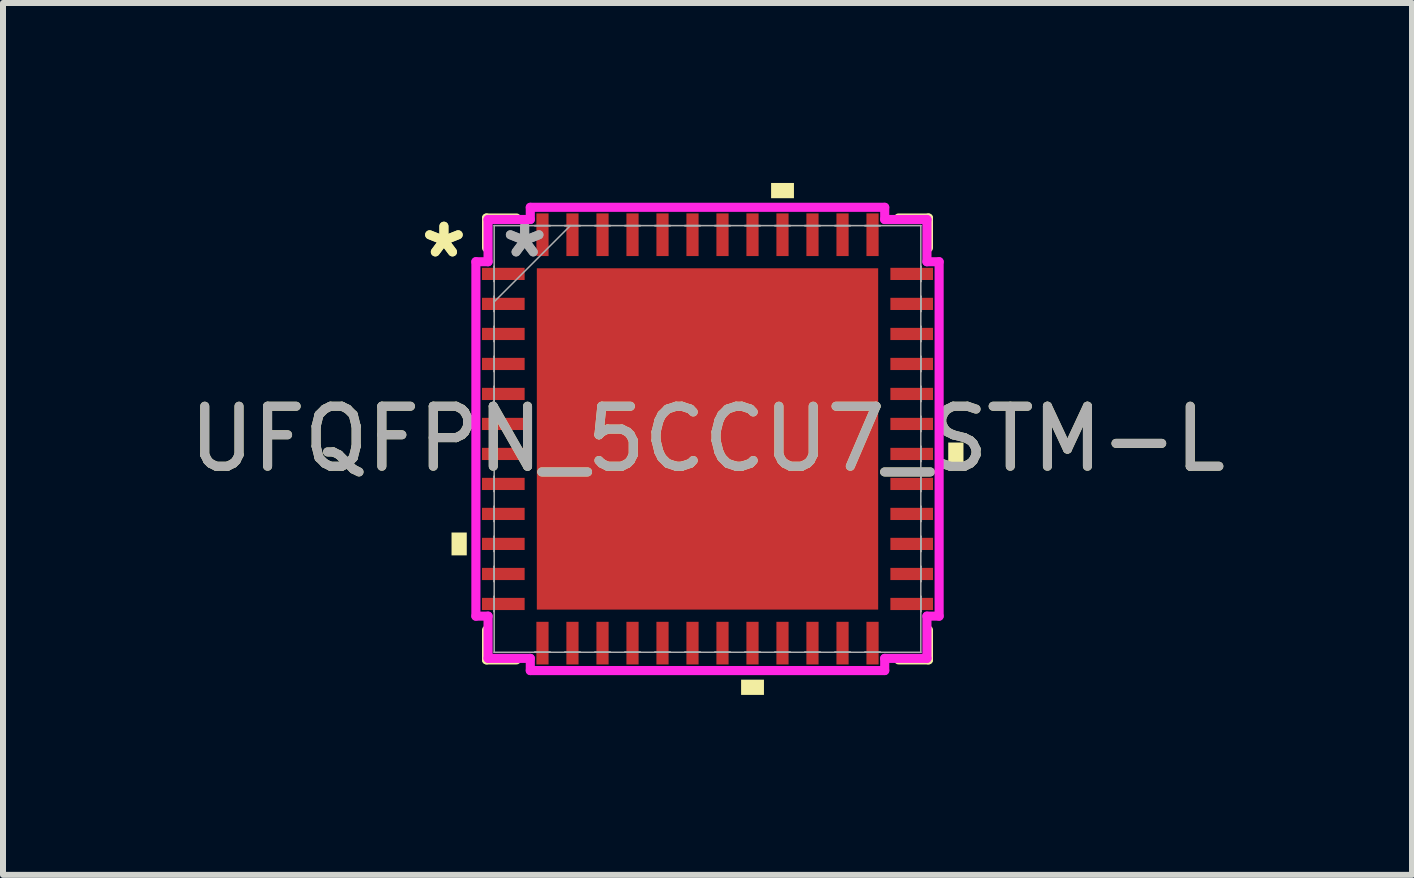
<source format=kicad_pcb>
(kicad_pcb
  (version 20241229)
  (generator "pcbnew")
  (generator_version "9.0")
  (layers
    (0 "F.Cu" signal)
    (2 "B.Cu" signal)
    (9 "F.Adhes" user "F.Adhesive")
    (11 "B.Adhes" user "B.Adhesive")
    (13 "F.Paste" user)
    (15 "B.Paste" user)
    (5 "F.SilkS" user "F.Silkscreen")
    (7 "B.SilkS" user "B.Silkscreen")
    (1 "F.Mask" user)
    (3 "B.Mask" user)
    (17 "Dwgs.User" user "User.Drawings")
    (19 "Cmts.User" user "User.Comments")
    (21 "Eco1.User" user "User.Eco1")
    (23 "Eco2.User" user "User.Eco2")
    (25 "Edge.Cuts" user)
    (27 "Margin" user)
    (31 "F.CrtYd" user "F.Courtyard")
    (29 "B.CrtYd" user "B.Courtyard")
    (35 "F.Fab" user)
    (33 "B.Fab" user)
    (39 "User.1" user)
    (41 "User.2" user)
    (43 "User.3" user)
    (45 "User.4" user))
  (footprint "UFQFPN_5CCU7_STM-L"
    (layer "F.Cu")
    (at 8.744 4.267)
    (property "Reference" "UFQFPN_5CCU7_STM-L" (at 0 0 0) (unlocked yes) (layer "F.SilkS") (effects (font (size 1 1) (thickness 0.15))))
    (attr smd)
    (fp_line (start -3.683 -3.683) (end -3.683 -3.185) (stroke (width 0.152) (type solid)) (layer "F.SilkS"))
    (fp_line (start -3.683 3.185) (end -3.683 3.683) (stroke (width 0.152) (type solid)) (layer "F.SilkS"))
    (fp_line (start -3.683 3.683) (end -3.185 3.683) (stroke (width 0.152) (type solid)) (layer "F.SilkS"))
    (fp_line (start -3.185 -3.683) (end -3.683 -3.683) (stroke (width 0.152) (type solid)) (layer "F.SilkS"))
    (fp_line (start 3.185 3.683) (end 3.683 3.683) (stroke (width 0.152) (type solid)) (layer "F.SilkS"))
    (fp_line (start 3.683 -3.683) (end 3.185 -3.683) (stroke (width 0.152) (type solid)) (layer "F.SilkS"))
    (fp_line (start 3.683 -3.185) (end 3.683 -3.683) (stroke (width 0.152) (type solid)) (layer "F.SilkS"))
    (fp_line (start 3.683 3.683) (end 3.683 3.185) (stroke (width 0.152) (type solid)) (layer "F.SilkS"))
    (fp_poly (pts (xy -4.267 1.56) (xy -4.267 1.941) (xy -4.013 1.941) (xy -4.013 1.56)) (stroke (width 0) (type solid)) (fill yes) (layer "F.SilkS"))
    (fp_poly (pts (xy 0.56 4.013) (xy 0.56 4.267) (xy 0.941 4.267) (xy 0.941 4.013)) (stroke (width 0) (type solid)) (fill yes) (layer "F.SilkS"))
    (fp_poly (pts (xy 1.06 -4.013) (xy 1.06 -4.267) (xy 1.441 -4.267) (xy 1.441 -4.013)) (stroke (width 0) (type solid)) (fill yes) (layer "F.SilkS"))
    (fp_poly (pts (xy 4.267 0.06) (xy 4.267 0.441) (xy 4.013 0.441) (xy 4.013 0.06)) (stroke (width 0) (type solid)) (fill yes) (layer "F.SilkS"))
    (fp_poly (pts (xy -2.745 -2.745) (xy -2.745 -1.522) (xy -1.522 -1.522) (xy -1.522 -2.745)) (stroke (width 0) (type solid)) (fill yes) (layer "F.Paste"))
    (fp_poly (pts (xy -2.745 -1.322) (xy -2.745 -0.1) (xy -1.522 -0.1) (xy -1.522 -1.322)) (stroke (width 0) (type solid)) (fill yes) (layer "F.Paste"))
    (fp_poly (pts (xy -2.745 0.1) (xy -2.745 1.322) (xy -1.522 1.322) (xy -1.522 0.1)) (stroke (width 0) (type solid)) (fill yes) (layer "F.Paste"))
    (fp_poly (pts (xy -2.745 1.522) (xy -2.745 2.745) (xy -1.522 2.745) (xy -1.522 1.522)) (stroke (width 0) (type solid)) (fill yes) (layer "F.Paste"))
    (fp_poly (pts (xy -1.322 -2.745) (xy -1.322 -1.522) (xy -0.1 -1.522) (xy -0.1 -2.745)) (stroke (width 0) (type solid)) (fill yes) (layer "F.Paste"))
    (fp_poly (pts (xy -1.322 -1.322) (xy -1.322 -0.1) (xy -0.1 -0.1) (xy -0.1 -1.322)) (stroke (width 0) (type solid)) (fill yes) (layer "F.Paste"))
    (fp_poly (pts (xy -1.322 0.1) (xy -1.322 1.322) (xy -0.1 1.322) (xy -0.1 0.1)) (stroke (width 0) (type solid)) (fill yes) (layer "F.Paste"))
    (fp_poly (pts (xy -1.322 1.522) (xy -1.322 2.745) (xy -0.1 2.745) (xy -0.1 1.522)) (stroke (width 0) (type solid)) (fill yes) (layer "F.Paste"))
    (fp_poly (pts (xy 0.1 -2.745) (xy 0.1 -1.522) (xy 1.322 -1.522) (xy 1.322 -2.745)) (stroke (width 0) (type solid)) (fill yes) (layer "F.Paste"))
    (fp_poly (pts (xy 0.1 -1.322) (xy 0.1 -0.1) (xy 1.322 -0.1) (xy 1.322 -1.322)) (stroke (width 0) (type solid)) (fill yes) (layer "F.Paste"))
    (fp_poly (pts (xy 0.1 0.1) (xy 0.1 1.322) (xy 1.322 1.322) (xy 1.322 0.1)) (stroke (width 0) (type solid)) (fill yes) (layer "F.Paste"))
    (fp_poly (pts (xy 0.1 1.522) (xy 0.1 2.745) (xy 1.322 2.745) (xy 1.322 1.522)) (stroke (width 0) (type solid)) (fill yes) (layer "F.Paste"))
    (fp_poly (pts (xy 1.522 -2.745) (xy 1.522 -1.522) (xy 2.745 -1.522) (xy 2.745 -2.745)) (stroke (width 0) (type solid)) (fill yes) (layer "F.Paste"))
    (fp_poly (pts (xy 1.522 -1.322) (xy 1.522 -0.1) (xy 2.745 -0.1) (xy 2.745 -1.322)) (stroke (width 0) (type solid)) (fill yes) (layer "F.Paste"))
    (fp_poly (pts (xy 1.522 0.1) (xy 1.522 1.322) (xy 2.745 1.322) (xy 2.745 0.1)) (stroke (width 0) (type solid)) (fill yes) (layer "F.Paste"))
    (fp_poly (pts (xy 1.522 1.522) (xy 1.522 2.745) (xy 2.745 2.745) (xy 2.745 1.522)) (stroke (width 0) (type solid)) (fill yes) (layer "F.Paste"))
    (fp_line (start -3.861 -2.954) (end -3.658 -2.954) (stroke (width 0.152) (type solid)) (layer "F.CrtYd"))
    (fp_line (start -3.861 2.954) (end -3.861 -2.954) (stroke (width 0.152) (type solid)) (layer "F.CrtYd"))
    (fp_line (start -3.658 -3.658) (end -2.954 -3.658) (stroke (width 0.152) (type solid)) (layer "F.CrtYd"))
    (fp_line (start -3.658 -2.954) (end -3.658 -3.658) (stroke (width 0.152) (type solid)) (layer "F.CrtYd"))
    (fp_line (start -3.658 2.954) (end -3.861 2.954) (stroke (width 0.152) (type solid)) (layer "F.CrtYd"))
    (fp_line (start -3.658 3.658) (end -3.658 2.954) (stroke (width 0.152) (type solid)) (layer "F.CrtYd"))
    (fp_line (start -2.954 -3.861) (end 2.954 -3.861) (stroke (width 0.152) (type solid)) (layer "F.CrtYd"))
    (fp_line (start -2.954 -3.658) (end -2.954 -3.861) (stroke (width 0.152) (type solid)) (layer "F.CrtYd"))
    (fp_line (start -2.954 3.658) (end -3.658 3.658) (stroke (width 0.152) (type solid)) (layer "F.CrtYd"))
    (fp_line (start -2.954 3.861) (end -2.954 3.658) (stroke (width 0.152) (type solid)) (layer "F.CrtYd"))
    (fp_line (start 2.954 -3.861) (end 2.954 -3.658) (stroke (width 0.152) (type solid)) (layer "F.CrtYd"))
    (fp_line (start 2.954 -3.658) (end 3.658 -3.658) (stroke (width 0.152) (type solid)) (layer "F.CrtYd"))
    (fp_line (start 2.954 3.658) (end 2.954 3.861) (stroke (width 0.152) (type solid)) (layer "F.CrtYd"))
    (fp_line (start 2.954 3.861) (end -2.954 3.861) (stroke (width 0.152) (type solid)) (layer "F.CrtYd"))
    (fp_line (start 3.658 -3.658) (end 3.658 -2.954) (stroke (width 0.152) (type solid)) (layer "F.CrtYd"))
    (fp_line (start 3.658 -2.954) (end 3.861 -2.954) (stroke (width 0.152) (type solid)) (layer "F.CrtYd"))
    (fp_line (start 3.658 2.954) (end 3.658 3.658) (stroke (width 0.152) (type solid)) (layer "F.CrtYd"))
    (fp_line (start 3.658 3.658) (end 2.954 3.658) (stroke (width 0.152) (type solid)) (layer "F.CrtYd"))
    (fp_line (start 3.861 -2.954) (end 3.861 2.954) (stroke (width 0.152) (type solid)) (layer "F.CrtYd"))
    (fp_line (start 3.861 2.954) (end 3.658 2.954) (stroke (width 0.152) (type solid)) (layer "F.CrtYd"))
    (fp_line (start -3.556 -3.556) (end -3.556 -3.556) (stroke (width 0.025) (type solid)) (layer "F.Fab"))
    (fp_line (start -3.556 -3.556) (end -3.556 3.556) (stroke (width 0.025) (type solid)) (layer "F.Fab"))
    (fp_line (start -3.556 -2.878) (end -3.556 -2.878) (stroke (width 0.025) (type solid)) (layer "F.Fab"))
    (fp_line (start -3.556 -2.878) (end -3.556 -2.624) (stroke (width 0.025) (type solid)) (layer "F.Fab"))
    (fp_line (start -3.556 -2.624) (end -3.556 -2.878) (stroke (width 0.025) (type solid)) (layer "F.Fab"))
    (fp_line (start -3.556 -2.624) (end -3.556 -2.624) (stroke (width 0.025) (type solid)) (layer "F.Fab"))
    (fp_line (start -3.556 -2.378) (end -3.556 -2.378) (stroke (width 0.025) (type solid)) (layer "F.Fab"))
    (fp_line (start -3.556 -2.378) (end -3.556 -2.124) (stroke (width 0.025) (type solid)) (layer "F.Fab"))
    (fp_line (start -3.556 -2.286) (end -2.286 -3.556) (stroke (width 0.025) (type solid)) (layer "F.Fab"))
    (fp_line (start -3.556 -2.124) (end -3.556 -2.378) (stroke (width 0.025) (type solid)) (layer "F.Fab"))
    (fp_line (start -3.556 -2.124) (end -3.556 -2.124) (stroke (width 0.025) (type solid)) (layer "F.Fab"))
    (fp_line (start -3.556 -1.877) (end -3.556 -1.877) (stroke (width 0.025) (type solid)) (layer "F.Fab"))
    (fp_line (start -3.556 -1.877) (end -3.556 -1.623) (stroke (width 0.025) (type solid)) (layer "F.Fab"))
    (fp_line (start -3.556 -1.623) (end -3.556 -1.877) (stroke (width 0.025) (type solid)) (layer "F.Fab"))
    (fp_line (start -3.556 -1.623) (end -3.556 -1.623) (stroke (width 0.025) (type solid)) (layer "F.Fab"))
    (fp_line (start -3.556 -1.377) (end -3.556 -1.377) (stroke (width 0.025) (type solid)) (layer "F.Fab"))
    (fp_line (start -3.556 -1.377) (end -3.556 -1.123) (stroke (width 0.025) (type solid)) (layer "F.Fab"))
    (fp_line (start -3.556 -1.123) (end -3.556 -1.377) (stroke (width 0.025) (type solid)) (layer "F.Fab"))
    (fp_line (start -3.556 -1.123) (end -3.556 -1.123) (stroke (width 0.025) (type solid)) (layer "F.Fab"))
    (fp_line (start -3.556 -0.877) (end -3.556 -0.877) (stroke (width 0.025) (type solid)) (layer "F.Fab"))
    (fp_line (start -3.556 -0.877) (end -3.556 -0.623) (stroke (width 0.025) (type solid)) (layer "F.Fab"))
    (fp_line (start -3.556 -0.623) (end -3.556 -0.877) (stroke (width 0.025) (type solid)) (layer "F.Fab"))
    (fp_line (start -3.556 -0.623) (end -3.556 -0.623) (stroke (width 0.025) (type solid)) (layer "F.Fab"))
    (fp_line (start -3.556 -0.377) (end -3.556 -0.377) (stroke (width 0.025) (type solid)) (layer "F.Fab"))
    (fp_line (start -3.556 -0.377) (end -3.556 -0.123) (stroke (width 0.025) (type solid)) (layer "F.Fab"))
    (fp_line (start -3.556 -0.123) (end -3.556 -0.377) (stroke (width 0.025) (type solid)) (layer "F.Fab"))
    (fp_line (start -3.556 -0.123) (end -3.556 -0.123) (stroke (width 0.025) (type solid)) (layer "F.Fab"))
    (fp_line (start -3.556 0.123) (end -3.556 0.123) (stroke (width 0.025) (type solid)) (layer "F.Fab"))
    (fp_line (start -3.556 0.123) (end -3.556 0.377) (stroke (width 0.025) (type solid)) (layer "F.Fab"))
    (fp_line (start -3.556 0.377) (end -3.556 0.123) (stroke (width 0.025) (type solid)) (layer "F.Fab"))
    (fp_line (start -3.556 0.377) (end -3.556 0.377) (stroke (width 0.025) (type solid)) (layer "F.Fab"))
    (fp_line (start -3.556 0.623) (end -3.556 0.623) (stroke (width 0.025) (type solid)) (layer "F.Fab"))
    (fp_line (start -3.556 0.623) (end -3.556 0.877) (stroke (width 0.025) (type solid)) (layer "F.Fab"))
    (fp_line (start -3.556 0.877) (end -3.556 0.623) (stroke (width 0.025) (type solid)) (layer "F.Fab"))
    (fp_line (start -3.556 0.877) (end -3.556 0.877) (stroke (width 0.025) (type solid)) (layer "F.Fab"))
    (fp_line (start -3.556 1.123) (end -3.556 1.123) (stroke (width 0.025) (type solid)) (layer "F.Fab"))
    (fp_line (start -3.556 1.123) (end -3.556 1.377) (stroke (width 0.025) (type solid)) (layer "F.Fab"))
    (fp_line (start -3.556 1.377) (end -3.556 1.123) (stroke (width 0.025) (type solid)) (layer "F.Fab"))
    (fp_line (start -3.556 1.377) (end -3.556 1.377) (stroke (width 0.025) (type solid)) (layer "F.Fab"))
    (fp_line (start -3.556 1.623) (end -3.556 1.623) (stroke (width 0.025) (type solid)) (layer "F.Fab"))
    (fp_line (start -3.556 1.623) (end -3.556 1.877) (stroke (width 0.025) (type solid)) (layer "F.Fab"))
    (fp_line (start -3.556 1.877) (end -3.556 1.623) (stroke (width 0.025) (type solid)) (layer "F.Fab"))
    (fp_line (start -3.556 1.877) (end -3.556 1.877) (stroke (width 0.025) (type solid)) (layer "F.Fab"))
    (fp_line (start -3.556 2.124) (end -3.556 2.124) (stroke (width 0.025) (type solid)) (layer "F.Fab"))
    (fp_line (start -3.556 2.124) (end -3.556 2.378) (stroke (width 0.025) (type solid)) (layer "F.Fab"))
    (fp_line (start -3.556 2.378) (end -3.556 2.124) (stroke (width 0.025) (type solid)) (layer "F.Fab"))
    (fp_line (start -3.556 2.378) (end -3.556 2.378) (stroke (width 0.025) (type solid)) (layer "F.Fab"))
    (fp_line (start -3.556 2.624) (end -3.556 2.624) (stroke (width 0.025) (type solid)) (layer "F.Fab"))
    (fp_line (start -3.556 2.624) (end -3.556 2.878) (stroke (width 0.025) (type solid)) (layer "F.Fab"))
    (fp_line (start -3.556 2.878) (end -3.556 2.624) (stroke (width 0.025) (type solid)) (layer "F.Fab"))
    (fp_line (start -3.556 2.878) (end -3.556 2.878) (stroke (width 0.025) (type solid)) (layer "F.Fab"))
    (fp_line (start -3.556 3.556) (end -3.556 3.556) (stroke (width 0.025) (type solid)) (layer "F.Fab"))
    (fp_line (start -3.556 3.556) (end 3.556 3.556) (stroke (width 0.025) (type solid)) (layer "F.Fab"))
    (fp_line (start -2.878 -3.556) (end -2.878 -3.556) (stroke (width 0.025) (type solid)) (layer "F.Fab"))
    (fp_line (start -2.878 -3.556) (end -2.624 -3.556) (stroke (width 0.025) (type solid)) (layer "F.Fab"))
    (fp_line (start -2.878 3.556) (end -2.878 3.556) (stroke (width 0.025) (type solid)) (layer "F.Fab"))
    (fp_line (start -2.878 3.556) (end -2.624 3.556) (stroke (width 0.025) (type solid)) (layer "F.Fab"))
    (fp_line (start -2.624 -3.556) (end -2.878 -3.556) (stroke (width 0.025) (type solid)) (layer "F.Fab"))
    (fp_line (start -2.624 -3.556) (end -2.624 -3.556) (stroke (width 0.025) (type solid)) (layer "F.Fab"))
    (fp_line (start -2.624 3.556) (end -2.878 3.556) (stroke (width 0.025) (type solid)) (layer "F.Fab"))
    (fp_line (start -2.624 3.556) (end -2.624 3.556) (stroke (width 0.025) (type solid)) (layer "F.Fab"))
    (fp_line (start -2.378 -3.556) (end -2.378 -3.556) (stroke (width 0.025) (type solid)) (layer "F.Fab"))
    (fp_line (start -2.378 -3.556) (end -2.124 -3.556) (stroke (width 0.025) (type solid)) (layer "F.Fab"))
    (fp_line (start -2.378 3.556) (end -2.378 3.556) (stroke (width 0.025) (type solid)) (layer "F.Fab"))
    (fp_line (start -2.378 3.556) (end -2.124 3.556) (stroke (width 0.025) (type solid)) (layer "F.Fab"))
    (fp_line (start -2.124 -3.556) (end -2.378 -3.556) (stroke (width 0.025) (type solid)) (layer "F.Fab"))
    (fp_line (start -2.124 -3.556) (end -2.124 -3.556) (stroke (width 0.025) (type solid)) (layer "F.Fab"))
    (fp_line (start -2.124 3.556) (end -2.378 3.556) (stroke (width 0.025) (type solid)) (layer "F.Fab"))
    (fp_line (start -2.124 3.556) (end -2.124 3.556) (stroke (width 0.025) (type solid)) (layer "F.Fab"))
    (fp_line (start -1.877 -3.556) (end -1.877 -3.556) (stroke (width 0.025) (type solid)) (layer "F.Fab"))
    (fp_line (start -1.877 -3.556) (end -1.623 -3.556) (stroke (width 0.025) (type solid)) (layer "F.Fab"))
    (fp_line (start -1.877 3.556) (end -1.877 3.556) (stroke (width 0.025) (type solid)) (layer "F.Fab"))
    (fp_line (start -1.877 3.556) (end -1.623 3.556) (stroke (width 0.025) (type solid)) (layer "F.Fab"))
    (fp_line (start -1.623 -3.556) (end -1.877 -3.556) (stroke (width 0.025) (type solid)) (layer "F.Fab"))
    (fp_line (start -1.623 -3.556) (end -1.623 -3.556) (stroke (width 0.025) (type solid)) (layer "F.Fab"))
    (fp_line (start -1.623 3.556) (end -1.877 3.556) (stroke (width 0.025) (type solid)) (layer "F.Fab"))
    (fp_line (start -1.623 3.556) (end -1.623 3.556) (stroke (width 0.025) (type solid)) (layer "F.Fab"))
    (fp_line (start -1.377 -3.556) (end -1.377 -3.556) (stroke (width 0.025) (type solid)) (layer "F.Fab"))
    (fp_line (start -1.377 -3.556) (end -1.123 -3.556) (stroke (width 0.025) (type solid)) (layer "F.Fab"))
    (fp_line (start -1.377 3.556) (end -1.377 3.556) (stroke (width 0.025) (type solid)) (layer "F.Fab"))
    (fp_line (start -1.377 3.556) (end -1.123 3.556) (stroke (width 0.025) (type solid)) (layer "F.Fab"))
    (fp_line (start -1.123 -3.556) (end -1.377 -3.556) (stroke (width 0.025) (type solid)) (layer "F.Fab"))
    (fp_line (start -1.123 -3.556) (end -1.123 -3.556) (stroke (width 0.025) (type solid)) (layer "F.Fab"))
    (fp_line (start -1.123 3.556) (end -1.377 3.556) (stroke (width 0.025) (type solid)) (layer "F.Fab"))
    (fp_line (start -1.123 3.556) (end -1.123 3.556) (stroke (width 0.025) (type solid)) (layer "F.Fab"))
    (fp_line (start -0.877 -3.556) (end -0.877 -3.556) (stroke (width 0.025) (type solid)) (layer "F.Fab"))
    (fp_line (start -0.877 -3.556) (end -0.623 -3.556) (stroke (width 0.025) (type solid)) (layer "F.Fab"))
    (fp_line (start -0.877 3.556) (end -0.877 3.556) (stroke (width 0.025) (type solid)) (layer "F.Fab"))
    (fp_line (start -0.877 3.556) (end -0.623 3.556) (stroke (width 0.025) (type solid)) (layer "F.Fab"))
    (fp_line (start -0.623 -3.556) (end -0.877 -3.556) (stroke (width 0.025) (type solid)) (layer "F.Fab"))
    (fp_line (start -0.623 -3.556) (end -0.623 -3.556) (stroke (width 0.025) (type solid)) (layer "F.Fab"))
    (fp_line (start -0.623 3.556) (end -0.877 3.556) (stroke (width 0.025) (type solid)) (layer "F.Fab"))
    (fp_line (start -0.623 3.556) (end -0.623 3.556) (stroke (width 0.025) (type solid)) (layer "F.Fab"))
    (fp_line (start -0.377 -3.556) (end -0.377 -3.556) (stroke (width 0.025) (type solid)) (layer "F.Fab"))
    (fp_line (start -0.377 -3.556) (end -0.123 -3.556) (stroke (width 0.025) (type solid)) (layer "F.Fab"))
    (fp_line (start -0.377 3.556) (end -0.377 3.556) (stroke (width 0.025) (type solid)) (layer "F.Fab"))
    (fp_line (start -0.377 3.556) (end -0.123 3.556) (stroke (width 0.025) (type solid)) (layer "F.Fab"))
    (fp_line (start -0.123 -3.556) (end -0.377 -3.556) (stroke (width 0.025) (type solid)) (layer "F.Fab"))
    (fp_line (start -0.123 -3.556) (end -0.123 -3.556) (stroke (width 0.025) (type solid)) (layer "F.Fab"))
    (fp_line (start -0.123 3.556) (end -0.377 3.556) (stroke (width 0.025) (type solid)) (layer "F.Fab"))
    (fp_line (start -0.123 3.556) (end -0.123 3.556) (stroke (width 0.025) (type solid)) (layer "F.Fab"))
    (fp_line (start 0.123 -3.556) (end 0.123 -3.556) (stroke (width 0.025) (type solid)) (layer "F.Fab"))
    (fp_line (start 0.123 -3.556) (end 0.377 -3.556) (stroke (width 0.025) (type solid)) (layer "F.Fab"))
    (fp_line (start 0.123 3.556) (end 0.123 3.556) (stroke (width 0.025) (type solid)) (layer "F.Fab"))
    (fp_line (start 0.123 3.556) (end 0.377 3.556) (stroke (width 0.025) (type solid)) (layer "F.Fab"))
    (fp_line (start 0.377 -3.556) (end 0.123 -3.556) (stroke (width 0.025) (type solid)) (layer "F.Fab"))
    (fp_line (start 0.377 -3.556) (end 0.377 -3.556) (stroke (width 0.025) (type solid)) (layer "F.Fab"))
    (fp_line (start 0.377 3.556) (end 0.123 3.556) (stroke (width 0.025) (type solid)) (layer "F.Fab"))
    (fp_line (start 0.377 3.556) (end 0.377 3.556) (stroke (width 0.025) (type solid)) (layer "F.Fab"))
    (fp_line (start 0.623 -3.556) (end 0.623 -3.556) (stroke (width 0.025) (type solid)) (layer "F.Fab"))
    (fp_line (start 0.623 -3.556) (end 0.877 -3.556) (stroke (width 0.025) (type solid)) (layer "F.Fab"))
    (fp_line (start 0.623 3.556) (end 0.623 3.556) (stroke (width 0.025) (type solid)) (layer "F.Fab"))
    (fp_line (start 0.623 3.556) (end 0.877 3.556) (stroke (width 0.025) (type solid)) (layer "F.Fab"))
    (fp_line (start 0.877 -3.556) (end 0.623 -3.556) (stroke (width 0.025) (type solid)) (layer "F.Fab"))
    (fp_line (start 0.877 -3.556) (end 0.877 -3.556) (stroke (width 0.025) (type solid)) (layer "F.Fab"))
    (fp_line (start 0.877 3.556) (end 0.623 3.556) (stroke (width 0.025) (type solid)) (layer "F.Fab"))
    (fp_line (start 0.877 3.556) (end 0.877 3.556) (stroke (width 0.025) (type solid)) (layer "F.Fab"))
    (fp_line (start 1.123 -3.556) (end 1.123 -3.556) (stroke (width 0.025) (type solid)) (layer "F.Fab"))
    (fp_line (start 1.123 -3.556) (end 1.377 -3.556) (stroke (width 0.025) (type solid)) (layer "F.Fab"))
    (fp_line (start 1.123 3.556) (end 1.123 3.556) (stroke (width 0.025) (type solid)) (layer "F.Fab"))
    (fp_line (start 1.123 3.556) (end 1.377 3.556) (stroke (width 0.025) (type solid)) (layer "F.Fab"))
    (fp_line (start 1.377 -3.556) (end 1.123 -3.556) (stroke (width 0.025) (type solid)) (layer "F.Fab"))
    (fp_line (start 1.377 -3.556) (end 1.377 -3.556) (stroke (width 0.025) (type solid)) (layer "F.Fab"))
    (fp_line (start 1.377 3.556) (end 1.123 3.556) (stroke (width 0.025) (type solid)) (layer "F.Fab"))
    (fp_line (start 1.377 3.556) (end 1.377 3.556) (stroke (width 0.025) (type solid)) (layer "F.Fab"))
    (fp_line (start 1.623 -3.556) (end 1.623 -3.556) (stroke (width 0.025) (type solid)) (layer "F.Fab"))
    (fp_line (start 1.623 -3.556) (end 1.877 -3.556) (stroke (width 0.025) (type solid)) (layer "F.Fab"))
    (fp_line (start 1.623 3.556) (end 1.623 3.556) (stroke (width 0.025) (type solid)) (layer "F.Fab"))
    (fp_line (start 1.623 3.556) (end 1.877 3.556) (stroke (width 0.025) (type solid)) (layer "F.Fab"))
    (fp_line (start 1.877 -3.556) (end 1.623 -3.556) (stroke (width 0.025) (type solid)) (layer "F.Fab"))
    (fp_line (start 1.877 -3.556) (end 1.877 -3.556) (stroke (width 0.025) (type solid)) (layer "F.Fab"))
    (fp_line (start 1.877 3.556) (end 1.623 3.556) (stroke (width 0.025) (type solid)) (layer "F.Fab"))
    (fp_line (start 1.877 3.556) (end 1.877 3.556) (stroke (width 0.025) (type solid)) (layer "F.Fab"))
    (fp_line (start 2.124 -3.556) (end 2.124 -3.556) (stroke (width 0.025) (type solid)) (layer "F.Fab"))
    (fp_line (start 2.124 -3.556) (end 2.378 -3.556) (stroke (width 0.025) (type solid)) (layer "F.Fab"))
    (fp_line (start 2.124 3.556) (end 2.124 3.556) (stroke (width 0.025) (type solid)) (layer "F.Fab"))
    (fp_line (start 2.124 3.556) (end 2.378 3.556) (stroke (width 0.025) (type solid)) (layer "F.Fab"))
    (fp_line (start 2.378 -3.556) (end 2.124 -3.556) (stroke (width 0.025) (type solid)) (layer "F.Fab"))
    (fp_line (start 2.378 -3.556) (end 2.378 -3.556) (stroke (width 0.025) (type solid)) (layer "F.Fab"))
    (fp_line (start 2.378 3.556) (end 2.124 3.556) (stroke (width 0.025) (type solid)) (layer "F.Fab"))
    (fp_line (start 2.378 3.556) (end 2.378 3.556) (stroke (width 0.025) (type solid)) (layer "F.Fab"))
    (fp_line (start 2.624 -3.556) (end 2.624 -3.556) (stroke (width 0.025) (type solid)) (layer "F.Fab"))
    (fp_line (start 2.624 -3.556) (end 2.878 -3.556) (stroke (width 0.025) (type solid)) (layer "F.Fab"))
    (fp_line (start 2.624 3.556) (end 2.624 3.556) (stroke (width 0.025) (type solid)) (layer "F.Fab"))
    (fp_line (start 2.624 3.556) (end 2.878 3.556) (stroke (width 0.025) (type solid)) (layer "F.Fab"))
    (fp_line (start 2.878 -3.556) (end 2.624 -3.556) (stroke (width 0.025) (type solid)) (layer "F.Fab"))
    (fp_line (start 2.878 -3.556) (end 2.878 -3.556) (stroke (width 0.025) (type solid)) (layer "F.Fab"))
    (fp_line (start 2.878 3.556) (end 2.624 3.556) (stroke (width 0.025) (type solid)) (layer "F.Fab"))
    (fp_line (start 2.878 3.556) (end 2.878 3.556) (stroke (width 0.025) (type solid)) (layer "F.Fab"))
    (fp_line (start 3.556 -3.556) (end -3.556 -3.556) (stroke (width 0.025) (type solid)) (layer "F.Fab"))
    (fp_line (start 3.556 -3.556) (end 3.556 -3.556) (stroke (width 0.025) (type solid)) (layer "F.Fab"))
    (fp_line (start 3.556 -2.878) (end 3.556 -2.878) (stroke (width 0.025) (type solid)) (layer "F.Fab"))
    (fp_line (start 3.556 -2.878) (end 3.556 -2.624) (stroke (width 0.025) (type solid)) (layer "F.Fab"))
    (fp_line (start 3.556 -2.624) (end 3.556 -2.878) (stroke (width 0.025) (type solid)) (layer "F.Fab"))
    (fp_line (start 3.556 -2.624) (end 3.556 -2.624) (stroke (width 0.025) (type solid)) (layer "F.Fab"))
    (fp_line (start 3.556 -2.378) (end 3.556 -2.378) (stroke (width 0.025) (type solid)) (layer "F.Fab"))
    (fp_line (start 3.556 -2.378) (end 3.556 -2.124) (stroke (width 0.025) (type solid)) (layer "F.Fab"))
    (fp_line (start 3.556 -2.124) (end 3.556 -2.378) (stroke (width 0.025) (type solid)) (layer "F.Fab"))
    (fp_line (start 3.556 -2.124) (end 3.556 -2.124) (stroke (width 0.025) (type solid)) (layer "F.Fab"))
    (fp_line (start 3.556 -1.877) (end 3.556 -1.877) (stroke (width 0.025) (type solid)) (layer "F.Fab"))
    (fp_line (start 3.556 -1.877) (end 3.556 -1.623) (stroke (width 0.025) (type solid)) (layer "F.Fab"))
    (fp_line (start 3.556 -1.623) (end 3.556 -1.877) (stroke (width 0.025) (type solid)) (layer "F.Fab"))
    (fp_line (start 3.556 -1.623) (end 3.556 -1.623) (stroke (width 0.025) (type solid)) (layer "F.Fab"))
    (fp_line (start 3.556 -1.377) (end 3.556 -1.377) (stroke (width 0.025) (type solid)) (layer "F.Fab"))
    (fp_line (start 3.556 -1.377) (end 3.556 -1.123) (stroke (width 0.025) (type solid)) (layer "F.Fab"))
    (fp_line (start 3.556 -1.123) (end 3.556 -1.377) (stroke (width 0.025) (type solid)) (layer "F.Fab"))
    (fp_line (start 3.556 -1.123) (end 3.556 -1.123) (stroke (width 0.025) (type solid)) (layer "F.Fab"))
    (fp_line (start 3.556 -0.877) (end 3.556 -0.877) (stroke (width 0.025) (type solid)) (layer "F.Fab"))
    (fp_line (start 3.556 -0.877) (end 3.556 -0.623) (stroke (width 0.025) (type solid)) (layer "F.Fab"))
    (fp_line (start 3.556 -0.623) (end 3.556 -0.877) (stroke (width 0.025) (type solid)) (layer "F.Fab"))
    (fp_line (start 3.556 -0.623) (end 3.556 -0.623) (stroke (width 0.025) (type solid)) (layer "F.Fab"))
    (fp_line (start 3.556 -0.377) (end 3.556 -0.377) (stroke (width 0.025) (type solid)) (layer "F.Fab"))
    (fp_line (start 3.556 -0.377) (end 3.556 -0.123) (stroke (width 0.025) (type solid)) (layer "F.Fab"))
    (fp_line (start 3.556 -0.123) (end 3.556 -0.377) (stroke (width 0.025) (type solid)) (layer "F.Fab"))
    (fp_line (start 3.556 -0.123) (end 3.556 -0.123) (stroke (width 0.025) (type solid)) (layer "F.Fab"))
    (fp_line (start 3.556 0.123) (end 3.556 0.123) (stroke (width 0.025) (type solid)) (layer "F.Fab"))
    (fp_line (start 3.556 0.123) (end 3.556 0.377) (stroke (width 0.025) (type solid)) (layer "F.Fab"))
    (fp_line (start 3.556 0.377) (end 3.556 0.123) (stroke (width 0.025) (type solid)) (layer "F.Fab"))
    (fp_line (start 3.556 0.377) (end 3.556 0.377) (stroke (width 0.025) (type solid)) (layer "F.Fab"))
    (fp_line (start 3.556 0.623) (end 3.556 0.623) (stroke (width 0.025) (type solid)) (layer "F.Fab"))
    (fp_line (start 3.556 0.623) (end 3.556 0.877) (stroke (width 0.025) (type solid)) (layer "F.Fab"))
    (fp_line (start 3.556 0.877) (end 3.556 0.623) (stroke (width 0.025) (type solid)) (layer "F.Fab"))
    (fp_line (start 3.556 0.877) (end 3.556 0.877) (stroke (width 0.025) (type solid)) (layer "F.Fab"))
    (fp_line (start 3.556 1.123) (end 3.556 1.123) (stroke (width 0.025) (type solid)) (layer "F.Fab"))
    (fp_line (start 3.556 1.123) (end 3.556 1.377) (stroke (width 0.025) (type solid)) (layer "F.Fab"))
    (fp_line (start 3.556 1.377) (end 3.556 1.123) (stroke (width 0.025) (type solid)) (layer "F.Fab"))
    (fp_line (start 3.556 1.377) (end 3.556 1.377) (stroke (width 0.025) (type solid)) (layer "F.Fab"))
    (fp_line (start 3.556 1.623) (end 3.556 1.623) (stroke (width 0.025) (type solid)) (layer "F.Fab"))
    (fp_line (start 3.556 1.623) (end 3.556 1.877) (stroke (width 0.025) (type solid)) (layer "F.Fab"))
    (fp_line (start 3.556 1.877) (end 3.556 1.623) (stroke (width 0.025) (type solid)) (layer "F.Fab"))
    (fp_line (start 3.556 1.877) (end 3.556 1.877) (stroke (width 0.025) (type solid)) (layer "F.Fab"))
    (fp_line (start 3.556 2.124) (end 3.556 2.124) (stroke (width 0.025) (type solid)) (layer "F.Fab"))
    (fp_line (start 3.556 2.124) (end 3.556 2.378) (stroke (width 0.025) (type solid)) (layer "F.Fab"))
    (fp_line (start 3.556 2.378) (end 3.556 2.124) (stroke (width 0.025) (type solid)) (layer "F.Fab"))
    (fp_line (start 3.556 2.378) (end 3.556 2.378) (stroke (width 0.025) (type solid)) (layer "F.Fab"))
    (fp_line (start 3.556 2.624) (end 3.556 2.624) (stroke (width 0.025) (type solid)) (layer "F.Fab"))
    (fp_line (start 3.556 2.624) (end 3.556 2.878) (stroke (width 0.025) (type solid)) (layer "F.Fab"))
    (fp_line (start 3.556 2.878) (end 3.556 2.624) (stroke (width 0.025) (type solid)) (layer "F.Fab"))
    (fp_line (start 3.556 2.878) (end 3.556 2.878) (stroke (width 0.025) (type solid)) (layer "F.Fab"))
    (fp_line (start 3.556 3.556) (end 3.556 -3.556) (stroke (width 0.025) (type solid)) (layer "F.Fab"))
    (fp_line (start 3.556 3.556) (end 3.556 3.556) (stroke (width 0.025) (type solid)) (layer "F.Fab"))
    (fp_text user "*" (at -4.394 -3.001 0) (layer "F.SilkS") (effects (font (size 1 1) (thickness 0.15))))
    (fp_text user "*" (at -4.394 -3.001 0) (unlocked yes) (layer "F.SilkS") (effects (font (size 1 1) (thickness 0.15))))
    (fp_text user "${REFERENCE}" (at 0 0 0) (unlocked yes) (layer "F.Fab") (effects (font (size 1 1) (thickness 0.15))))
    (fp_text user "*" (at -3.048 -3.001 0) (layer "F.Fab") (effects (font (size 1 1) (thickness 0.15))))
    (fp_text user "*" (at -3.048 -3.001 0) (unlocked yes) (layer "F.Fab") (effects (font (size 1 1) (thickness 0.15))))
    (pad "1" smd rect (at -3.404 -2.751 90) (size 0.203 0.711) (layers "F.Cu" "F.Mask" "F.Paste"))
    (pad "2" smd rect (at -3.404 -2.251 90) (size 0.203 0.711) (layers "F.Cu" "F.Mask" "F.Paste"))
    (pad "3" smd rect (at -3.404 -1.75 90) (size 0.203 0.711) (layers "F.Cu" "F.Mask" "F.Paste"))
    (pad "4" smd rect (at -3.404 -1.25 90) (size 0.203 0.711) (layers "F.Cu" "F.Mask" "F.Paste"))
    (pad "5" smd rect (at -3.404 -0.75 90) (size 0.203 0.711) (layers "F.Cu" "F.Mask" "F.Paste"))
    (pad "6" smd rect (at -3.404 -0.25 90) (size 0.203 0.711) (layers "F.Cu" "F.Mask" "F.Paste"))
    (pad "7" smd rect (at -3.404 0.25 90) (size 0.203 0.711) (layers "F.Cu" "F.Mask" "F.Paste"))
    (pad "8" smd rect (at -3.404 0.75 90) (size 0.203 0.711) (layers "F.Cu" "F.Mask" "F.Paste"))
    (pad "9" smd rect (at -3.404 1.25 90) (size 0.203 0.711) (layers "F.Cu" "F.Mask" "F.Paste"))
    (pad "10" smd rect (at -3.404 1.75 90) (size 0.203 0.711) (layers "F.Cu" "F.Mask" "F.Paste"))
    (pad "11" smd rect (at -3.404 2.251 90) (size 0.203 0.711) (layers "F.Cu" "F.Mask" "F.Paste"))
    (pad "12" smd rect (at -3.404 2.751 90) (size 0.203 0.711) (layers "F.Cu" "F.Mask" "F.Paste"))
    (pad "13" smd rect (at -2.751 3.404) (size 0.203 0.711) (layers "F.Cu" "F.Mask" "F.Paste"))
    (pad "14" smd rect (at -2.251 3.404) (size 0.203 0.711) (layers "F.Cu" "F.Mask" "F.Paste"))
    (pad "15" smd rect (at -1.75 3.404) (size 0.203 0.711) (layers "F.Cu" "F.Mask" "F.Paste"))
    (pad "16" smd rect (at -1.25 3.404) (size 0.203 0.711) (layers "F.Cu" "F.Mask" "F.Paste"))
    (pad "17" smd rect (at -0.75 3.404) (size 0.203 0.711) (layers "F.Cu" "F.Mask" "F.Paste"))
    (pad "18" smd rect (at -0.25 3.404) (size 0.203 0.711) (layers "F.Cu" "F.Mask" "F.Paste"))
    (pad "19" smd rect (at 0.25 3.404) (size 0.203 0.711) (layers "F.Cu" "F.Mask" "F.Paste"))
    (pad "20" smd rect (at 0.75 3.404) (size 0.203 0.711) (layers "F.Cu" "F.Mask" "F.Paste"))
    (pad "21" smd rect (at 1.25 3.404) (size 0.203 0.711) (layers "F.Cu" "F.Mask" "F.Paste"))
    (pad "22" smd rect (at 1.75 3.404) (size 0.203 0.711) (layers "F.Cu" "F.Mask" "F.Paste"))
    (pad "23" smd rect (at 2.251 3.404) (size 0.203 0.711) (layers "F.Cu" "F.Mask" "F.Paste"))
    (pad "24" smd rect (at 2.751 3.404) (size 0.203 0.711) (layers "F.Cu" "F.Mask" "F.Paste"))
    (pad "25" smd rect (at 3.404 2.751 90) (size 0.203 0.711) (layers "F.Cu" "F.Mask" "F.Paste"))
    (pad "26" smd rect (at 3.404 2.251 90) (size 0.203 0.711) (layers "F.Cu" "F.Mask" "F.Paste"))
    (pad "27" smd rect (at 3.404 1.75 90) (size 0.203 0.711) (layers "F.Cu" "F.Mask" "F.Paste"))
    (pad "28" smd rect (at 3.404 1.25 90) (size 0.203 0.711) (layers "F.Cu" "F.Mask" "F.Paste"))
    (pad "29" smd rect (at 3.404 0.75 90) (size 0.203 0.711) (layers "F.Cu" "F.Mask" "F.Paste"))
    (pad "30" smd rect (at 3.404 0.25 90) (size 0.203 0.711) (layers "F.Cu" "F.Mask" "F.Paste"))
    (pad "31" smd rect (at 3.404 -0.25 90) (size 0.203 0.711) (layers "F.Cu" "F.Mask" "F.Paste"))
    (pad "32" smd rect (at 3.404 -0.75 90) (size 0.203 0.711) (layers "F.Cu" "F.Mask" "F.Paste"))
    (pad "33" smd rect (at 3.404 -1.25 90) (size 0.203 0.711) (layers "F.Cu" "F.Mask" "F.Paste"))
    (pad "34" smd rect (at 3.404 -1.75 90) (size 0.203 0.711) (layers "F.Cu" "F.Mask" "F.Paste"))
    (pad "35" smd rect (at 3.404 -2.251 90) (size 0.203 0.711) (layers "F.Cu" "F.Mask" "F.Paste"))
    (pad "36" smd rect (at 3.404 -2.751 90) (size 0.203 0.711) (layers "F.Cu" "F.Mask" "F.Paste"))
    (pad "37" smd rect (at 2.751 -3.404) (size 0.203 0.711) (layers "F.Cu" "F.Mask" "F.Paste"))
    (pad "38" smd rect (at 2.251 -3.404) (size 0.203 0.711) (layers "F.Cu" "F.Mask" "F.Paste"))
    (pad "39" smd rect (at 1.75 -3.404) (size 0.203 0.711) (layers "F.Cu" "F.Mask" "F.Paste"))
    (pad "40" smd rect (at 1.25 -3.404) (size 0.203 0.711) (layers "F.Cu" "F.Mask" "F.Paste"))
    (pad "41" smd rect (at 0.75 -3.404) (size 0.203 0.711) (layers "F.Cu" "F.Mask" "F.Paste"))
    (pad "42" smd rect (at 0.25 -3.404) (size 0.203 0.711) (layers "F.Cu" "F.Mask" "F.Paste"))
    (pad "43" smd rect (at -0.25 -3.404) (size 0.203 0.711) (layers "F.Cu" "F.Mask" "F.Paste"))
    (pad "44" smd rect (at -0.75 -3.404) (size 0.203 0.711) (layers "F.Cu" "F.Mask" "F.Paste"))
    (pad "45" smd rect (at -1.25 -3.404) (size 0.203 0.711) (layers "F.Cu" "F.Mask" "F.Paste"))
    (pad "46" smd rect (at -1.75 -3.404) (size 0.203 0.711) (layers "F.Cu" "F.Mask" "F.Paste"))
    (pad "47" smd rect (at -2.251 -3.404) (size 0.203 0.711) (layers "F.Cu" "F.Mask" "F.Paste"))
    (pad "48" smd rect (at -2.751 -3.404) (size 0.203 0.711) (layers "F.Cu" "F.Mask" "F.Paste"))
    (pad "49" smd rect (at 0 0) (size 5.69 5.69) (layers "F.Cu" "F.Mask" "F.Paste")))
  (gr_rect
    (start -3 -3)
    (end 20.488 11.534)
    (stroke (width 0.1) (type default))
    (fill no)
    (layer "Edge.Cuts")))
</source>
